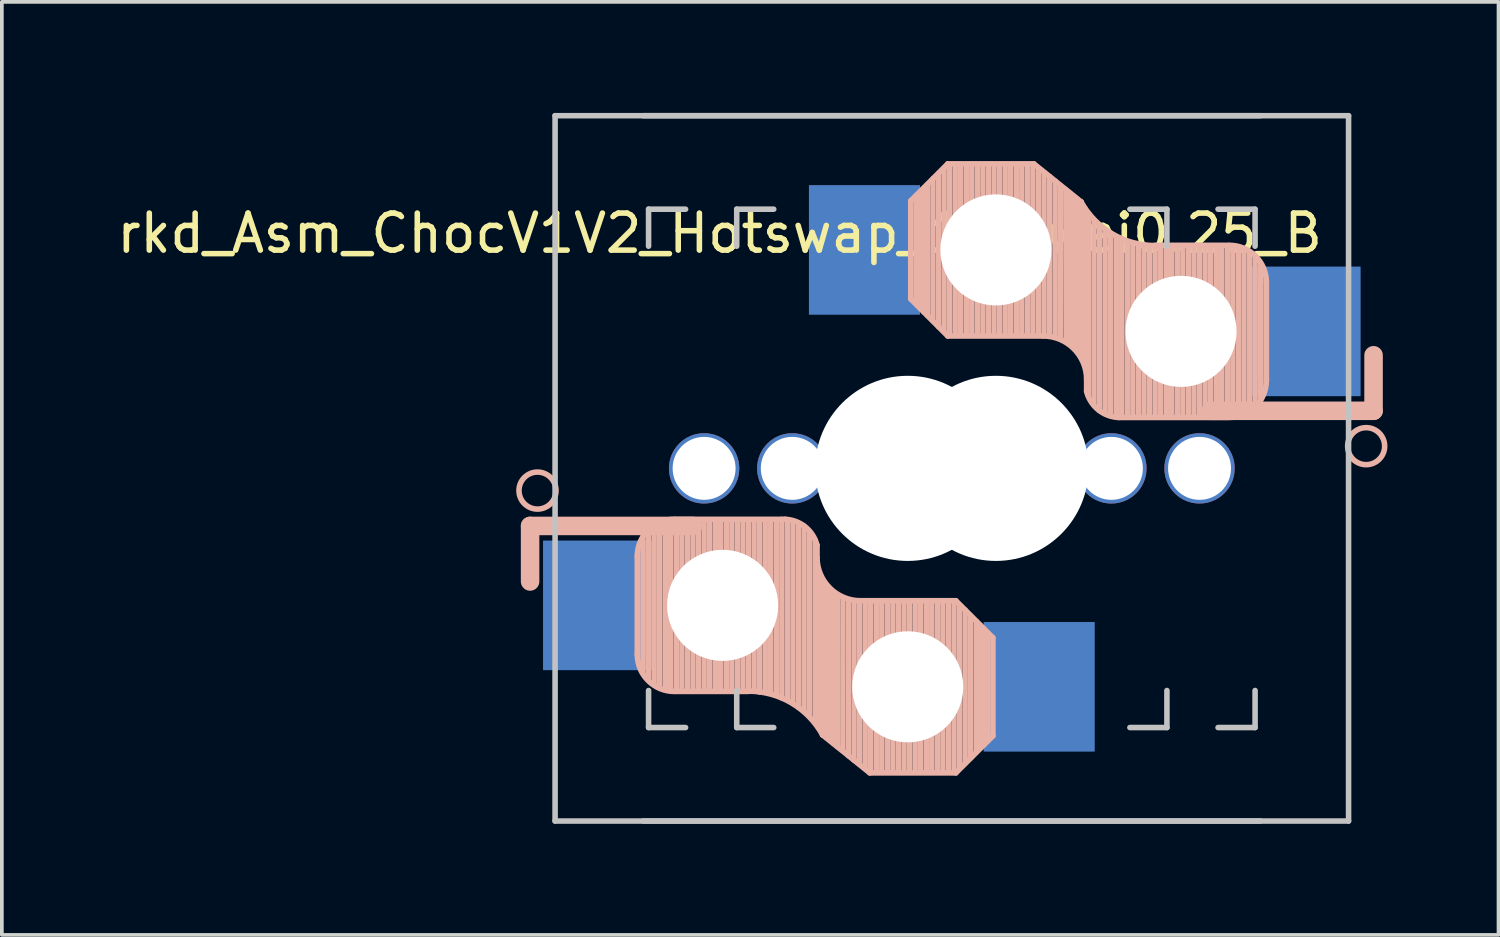
<source format=kicad_pcb>
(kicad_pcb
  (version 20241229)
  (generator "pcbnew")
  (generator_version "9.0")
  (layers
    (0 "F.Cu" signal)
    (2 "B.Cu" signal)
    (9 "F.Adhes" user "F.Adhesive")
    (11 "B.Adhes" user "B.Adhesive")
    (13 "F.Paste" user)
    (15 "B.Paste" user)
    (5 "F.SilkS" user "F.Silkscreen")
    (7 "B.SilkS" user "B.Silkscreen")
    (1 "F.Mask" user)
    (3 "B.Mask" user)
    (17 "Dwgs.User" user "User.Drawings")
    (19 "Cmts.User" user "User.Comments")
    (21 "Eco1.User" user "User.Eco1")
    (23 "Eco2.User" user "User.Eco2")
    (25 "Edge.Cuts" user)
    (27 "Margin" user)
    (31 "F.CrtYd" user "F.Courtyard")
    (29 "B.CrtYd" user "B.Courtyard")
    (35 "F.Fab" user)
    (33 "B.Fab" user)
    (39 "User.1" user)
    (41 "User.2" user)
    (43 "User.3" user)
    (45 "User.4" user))
  (footprint "rkd_Asm_ChocV1V2_Hotswap_1u_twei0.25_B"
    (layer "F.Cu")
    (at 21.467 9.6)
    (property "Reference" "rkd_Asm_ChocV1V2_Hotswap_1u_twei0.25_B" (at -5.08 -6.35 180) (layer "F.SilkS") (effects (font (size 1 1) (thickness 0.15))))
    (attr through_hole)
    (fp_line (start -10.2 1.555) (end -10.2 3.055) (stroke (width 0.5) (type default)) (layer "B.SilkS"))
    (fp_line (start -7.305 2.375) (end -7.305 5.025) (stroke (width 0.15) (type solid)) (layer "B.SilkS"))
    (fp_line (start -7.15 5.53) (end -7.15 1.85) (stroke (width 0.15) (type solid)) (layer "B.SilkS"))
    (fp_line (start -7 5.7) (end -7 1.73) (stroke (width 0.15) (type solid)) (layer "B.SilkS"))
    (fp_line (start -6.85 5.84) (end -6.85 1.7) (stroke (width 0.15) (type solid)) (layer "B.SilkS"))
    (fp_line (start -6.7 5.92) (end -6.7 1.8) (stroke (width 0.15) (type solid)) (layer "B.SilkS"))
    (fp_line (start -6.55 5.97) (end -6.55 1.65) (stroke (width 0.15) (type solid)) (layer "B.SilkS"))
    (fp_line (start -6.4 6.01) (end -6.4 1.5) (stroke (width 0.15) (type solid)) (layer "B.SilkS"))
    (fp_line (start -6.25 6) (end -6.25 1.4) (stroke (width 0.15) (type solid)) (layer "B.SilkS"))
    (fp_line (start -6.1 6) (end -6.1 1.4) (stroke (width 0.15) (type solid)) (layer "B.SilkS"))
    (fp_line (start -5.95 6) (end -5.95 1.4) (stroke (width 0.15) (type solid)) (layer "B.SilkS"))
    (fp_line (start -5.8 1.555) (end -10.2 1.555) (stroke (width 0.5) (type default)) (layer "B.SilkS"))
    (fp_line (start -5.8 6) (end -5.8 1.4) (stroke (width 0.15) (type solid)) (layer "B.SilkS"))
    (fp_line (start -5.65 6) (end -5.65 1.4) (stroke (width 0.15) (type solid)) (layer "B.SilkS"))
    (fp_line (start -5.5 6) (end -5.5 1.4) (stroke (width 0.15) (type solid)) (layer "B.SilkS"))
    (fp_line (start -5.35 6) (end -5.35 1.4) (stroke (width 0.15) (type solid)) (layer "B.SilkS"))
    (fp_line (start -5.2 6) (end -5.2 1.4) (stroke (width 0.15) (type solid)) (layer "B.SilkS"))
    (fp_line (start -5.05 6) (end -5.05 1.4) (stroke (width 0.15) (type solid)) (layer "B.SilkS"))
    (fp_line (start -4.9 6) (end -4.9 1.4) (stroke (width 0.15) (type solid)) (layer "B.SilkS"))
    (fp_line (start -4.75 6) (end -4.75 1.4) (stroke (width 0.15) (type solid)) (layer "B.SilkS"))
    (fp_line (start -4.6 6) (end -4.6 1.4) (stroke (width 0.15) (type solid)) (layer "B.SilkS"))
    (fp_line (start -4.45 6) (end -4.45 1.4) (stroke (width 0.15) (type solid)) (layer "B.SilkS"))
    (fp_line (start -4.3 6) (end -4.3 1.4) (stroke (width 0.15) (type solid)) (layer "B.SilkS"))
    (fp_line (start -4.3 6.025) (end -6.275 6.025) (stroke (width 0.15) (type solid)) (layer "B.SilkS"))
    (fp_line (start -4.15 6) (end -4.15 1.45) (stroke (width 0.15) (type solid)) (layer "B.SilkS"))
    (fp_line (start -4 6.04) (end -4 1.4) (stroke (width 0.15) (type solid)) (layer "B.SilkS"))
    (fp_line (start -3.85 6.05) (end -3.85 1.4) (stroke (width 0.15) (type solid)) (layer "B.SilkS"))
    (fp_line (start -3.7 6.05) (end -3.7 1.45) (stroke (width 0.15) (type solid)) (layer "B.SilkS"))
    (fp_line (start -3.55 6.1) (end -3.55 1.39) (stroke (width 0.15) (type solid)) (layer "B.SilkS"))
    (fp_line (start -3.4 6.2) (end -3.4 1.38) (stroke (width 0.15) (type solid)) (layer "B.SilkS"))
    (fp_line (start -3.311 1.375) (end -6.275 1.375) (stroke (width 0.15) (type solid)) (layer "B.SilkS"))
    (fp_line (start -3.25 6.25) (end -3.25 1.4) (stroke (width 0.15) (type solid)) (layer "B.SilkS"))
    (fp_line (start -3.1 6.35) (end -3.1 1.43) (stroke (width 0.15) (type solid)) (layer "B.SilkS"))
    (fp_line (start -2.95 6.45) (end -2.95 1.48) (stroke (width 0.15) (type solid)) (layer "B.SilkS"))
    (fp_line (start -2.8 6.55) (end -2.8 1.56) (stroke (width 0.15) (type solid)) (layer "B.SilkS"))
    (fp_line (start -2.65 6.7) (end -2.65 1.75) (stroke (width 0.15) (type solid)) (layer "B.SilkS"))
    (fp_line (start -2.5 6.85) (end -2.5 1.95) (stroke (width 0.15) (type solid)) (layer "B.SilkS"))
    (fp_line (start -2.45 2.4) (end -2.45 2.077) (stroke (width 0.15) (type default)) (layer "B.SilkS"))
    (fp_line (start -2.4 7.02) (end -2.4 2.9) (stroke (width 0.15) (type solid)) (layer "B.SilkS"))
    (fp_line (start -2.3 7.2) (end -2.3 3.05) (stroke (width 0.15) (type solid)) (layer "B.SilkS"))
    (fp_line (start -2.3 7.2) (end -1.025 8.225) (stroke (width 0.15) (type solid)) (layer "B.SilkS"))
    (fp_line (start -2.2 7.27) (end -2.2 3.25) (stroke (width 0.15) (type solid)) (layer "B.SilkS"))
    (fp_line (start -2.1 7.35) (end -2.1 3.35) (stroke (width 0.15) (type solid)) (layer "B.SilkS"))
    (fp_line (start -2 7.43) (end -2 3.4) (stroke (width 0.15) (type solid)) (layer "B.SilkS"))
    (fp_line (start -1.89 7.52) (end -1.9 3.45) (stroke (width 0.15) (type solid)) (layer "B.SilkS"))
    (fp_line (start -1.75 7.62) (end -1.75 3.5) (stroke (width 0.15) (type solid)) (layer "B.SilkS"))
    (fp_line (start -1.6 7.76) (end -1.6 3.6) (stroke (width 0.15) (type solid)) (layer "B.SilkS"))
    (fp_line (start -1.45 7.88) (end -1.45 3.6) (stroke (width 0.15) (type solid)) (layer "B.SilkS"))
    (fp_line (start -1.3 7.99) (end -1.3 3.6) (stroke (width 0.15) (type solid)) (layer "B.SilkS"))
    (fp_line (start -1.15 8.11) (end -1.15 3.65) (stroke (width 0.15) (type solid)) (layer "B.SilkS"))
    (fp_line (start -1 8.2) (end -1 3.6) (stroke (width 0.15) (type solid)) (layer "B.SilkS"))
    (fp_line (start -0.85 8.2) (end -0.85 3.6) (stroke (width 0.15) (type solid)) (layer "B.SilkS"))
    (fp_line (start -0.7 8.2) (end -0.7 3.6) (stroke (width 0.15) (type solid)) (layer "B.SilkS"))
    (fp_line (start -0.55 8.2) (end -0.55 3.6) (stroke (width 0.15) (type solid)) (layer "B.SilkS"))
    (fp_line (start -0.4 8.2) (end -0.4 3.6) (stroke (width 0.15) (type solid)) (layer "B.SilkS"))
    (fp_line (start -0.25 8.2) (end -0.25 3.6) (stroke (width 0.15) (type solid)) (layer "B.SilkS"))
    (fp_line (start -0.1 8.2) (end -0.1 3.6) (stroke (width 0.15) (type solid)) (layer "B.SilkS"))
    (fp_line (start 0.05 8.2) (end 0.05 3.6) (stroke (width 0.15) (type solid)) (layer "B.SilkS"))
    (fp_line (start 0.081 -7.225) (end 1.081 -8.225) (stroke (width 0.15) (type solid)) (layer "B.SilkS"))
    (fp_line (start 0.081 -4.575) (end 0.081 -7.225) (stroke (width 0.15) (type solid)) (layer "B.SilkS"))
    (fp_line (start 0.081 -4.575) (end 1.081 -3.575) (stroke (width 0.15) (type solid)) (layer "B.SilkS"))
    (fp_line (start 0.2 8.2) (end 0.2 3.6) (stroke (width 0.15) (type solid)) (layer "B.SilkS"))
    (fp_line (start 0.231 -7.37) (end 0.231 -4.44) (stroke (width 0.15) (type solid)) (layer "B.SilkS"))
    (fp_line (start 0.331 -7.45) (end 0.331 -4.33) (stroke (width 0.15) (type solid)) (layer "B.SilkS"))
    (fp_line (start 0.35 8.2) (end 0.35 3.6) (stroke (width 0.15) (type solid)) (layer "B.SilkS"))
    (fp_line (start 0.431 -7.56) (end 0.431 -4.23) (stroke (width 0.15) (type solid)) (layer "B.SilkS"))
    (fp_line (start 0.5 8.2) (end 0.5 3.6) (stroke (width 0.15) (type solid)) (layer "B.SilkS"))
    (fp_line (start 0.531 -7.66) (end 0.531 -4.13) (stroke (width 0.15) (type solid)) (layer "B.SilkS"))
    (fp_line (start 0.65 8.2) (end 0.65 3.6) (stroke (width 0.15) (type solid)) (layer "B.SilkS"))
    (fp_line (start 0.681 -7.82) (end 0.681 -3.99) (stroke (width 0.15) (type solid)) (layer "B.SilkS"))
    (fp_line (start 0.8 8.2) (end 0.8 3.6) (stroke (width 0.15) (type solid)) (layer "B.SilkS"))
    (fp_line (start 0.831 -7.95) (end 0.831 -3.83) (stroke (width 0.15) (type solid)) (layer "B.SilkS"))
    (fp_line (start 0.95 8.2) (end 0.95 3.6) (stroke (width 0.15) (type solid)) (layer "B.SilkS"))
    (fp_line (start 0.981 -8.09) (end 0.981 -3.7) (stroke (width 0.15) (type solid)) (layer "B.SilkS"))
    (fp_line (start 1.081 -8.225) (end 3.406 -8.225) (stroke (width 0.15) (type solid)) (layer "B.SilkS"))
    (fp_line (start 1.081 -3.575) (end 3.656 -3.575) (stroke (width 0.15) (type solid)) (layer "B.SilkS"))
    (fp_line (start 1.1 8.2) (end 1.1 3.6) (stroke (width 0.15) (type solid)) (layer "B.SilkS"))
    (fp_line (start 1.131 -8.2) (end 1.131 -3.6) (stroke (width 0.15) (type solid)) (layer "B.SilkS"))
    (fp_line (start 1.25 8.2) (end 1.25 3.6) (stroke (width 0.15) (type solid)) (layer "B.SilkS"))
    (fp_line (start 1.281 -8.2) (end 1.281 -3.6) (stroke (width 0.15) (type solid)) (layer "B.SilkS"))
    (fp_line (start 1.3 3.575) (end -1.275 3.575) (stroke (width 0.15) (type solid)) (layer "B.SilkS"))
    (fp_line (start 1.3 8.225) (end -1.025 8.225) (stroke (width 0.15) (type solid)) (layer "B.SilkS"))
    (fp_line (start 1.4 8.09) (end 1.4 3.7) (stroke (width 0.15) (type solid)) (layer "B.SilkS"))
    (fp_line (start 1.431 -8.2) (end 1.431 -3.6) (stroke (width 0.15) (type solid)) (layer "B.SilkS"))
    (fp_line (start 1.55 7.95) (end 1.55 3.83) (stroke (width 0.15) (type solid)) (layer "B.SilkS"))
    (fp_line (start 1.581 -8.2) (end 1.581 -3.6) (stroke (width 0.15) (type solid)) (layer "B.SilkS"))
    (fp_line (start 1.7 7.82) (end 1.7 3.99) (stroke (width 0.15) (type solid)) (layer "B.SilkS"))
    (fp_line (start 1.731 -8.2) (end 1.731 -3.6) (stroke (width 0.15) (type solid)) (layer "B.SilkS"))
    (fp_line (start 1.85 7.66) (end 1.85 4.13) (stroke (width 0.15) (type solid)) (layer "B.SilkS"))
    (fp_line (start 1.881 -8.2) (end 1.881 -3.6) (stroke (width 0.15) (type solid)) (layer "B.SilkS"))
    (fp_line (start 1.95 7.56) (end 1.95 4.23) (stroke (width 0.15) (type solid)) (layer "B.SilkS"))
    (fp_line (start 2.031 -8.2) (end 2.031 -3.6) (stroke (width 0.15) (type solid)) (layer "B.SilkS"))
    (fp_line (start 2.05 7.45) (end 2.05 4.33) (stroke (width 0.15) (type solid)) (layer "B.SilkS"))
    (fp_line (start 2.15 7.37) (end 2.15 4.44) (stroke (width 0.15) (type solid)) (layer "B.SilkS"))
    (fp_line (start 2.181 -8.2) (end 2.181 -3.6) (stroke (width 0.15) (type solid)) (layer "B.SilkS"))
    (fp_line (start 2.3 4.575) (end 1.3 3.575) (stroke (width 0.15) (type solid)) (layer "B.SilkS"))
    (fp_line (start 2.3 4.575) (end 2.3 7.225) (stroke (width 0.15) (type solid)) (layer "B.SilkS"))
    (fp_line (start 2.3 7.225) (end 1.3 8.225) (stroke (width 0.15) (type solid)) (layer "B.SilkS"))
    (fp_line (start 2.331 -8.2) (end 2.331 -3.6) (stroke (width 0.15) (type solid)) (layer "B.SilkS"))
    (fp_line (start 2.481 -8.2) (end 2.481 -3.6) (stroke (width 0.15) (type solid)) (layer "B.SilkS"))
    (fp_line (start 2.631 -8.2) (end 2.631 -3.6) (stroke (width 0.15) (type solid)) (layer "B.SilkS"))
    (fp_line (start 2.781 -8.2) (end 2.781 -3.6) (stroke (width 0.15) (type solid)) (layer "B.SilkS"))
    (fp_line (start 2.931 -8.2) (end 2.931 -3.6) (stroke (width 0.15) (type solid)) (layer "B.SilkS"))
    (fp_line (start 3.081 -8.2) (end 3.081 -3.6) (stroke (width 0.15) (type solid)) (layer "B.SilkS"))
    (fp_line (start 3.231 -8.2) (end 3.231 -3.6) (stroke (width 0.15) (type solid)) (layer "B.SilkS"))
    (fp_line (start 3.381 -8.2) (end 3.381 -3.6) (stroke (width 0.15) (type solid)) (layer "B.SilkS"))
    (fp_line (start 3.531 -8.11) (end 3.531 -3.65) (stroke (width 0.15) (type solid)) (layer "B.SilkS"))
    (fp_line (start 3.681 -7.99) (end 3.681 -3.6) (stroke (width 0.15) (type solid)) (layer "B.SilkS"))
    (fp_line (start 3.831 -7.88) (end 3.831 -3.6) (stroke (width 0.15) (type solid)) (layer "B.SilkS"))
    (fp_line (start 3.981 -7.76) (end 3.981 -3.6) (stroke (width 0.15) (type solid)) (layer "B.SilkS"))
    (fp_line (start 4.131 -7.62) (end 4.131 -3.5) (stroke (width 0.15) (type solid)) (layer "B.SilkS"))
    (fp_line (start 4.271 -7.52) (end 4.281 -3.45) (stroke (width 0.15) (type solid)) (layer "B.SilkS"))
    (fp_line (start 4.381 -7.43) (end 4.381 -3.4) (stroke (width 0.15) (type solid)) (layer "B.SilkS"))
    (fp_line (start 4.481 -7.35) (end 4.481 -3.35) (stroke (width 0.15) (type solid)) (layer "B.SilkS"))
    (fp_line (start 4.581 -7.27) (end 4.581 -3.25) (stroke (width 0.15) (type solid)) (layer "B.SilkS"))
    (fp_line (start 4.681 -7.2) (end 3.406 -8.225) (stroke (width 0.15) (type solid)) (layer "B.SilkS"))
    (fp_line (start 4.681 -7.2) (end 4.681 -3.05) (stroke (width 0.15) (type solid)) (layer "B.SilkS"))
    (fp_line (start 4.781 -7.02) (end 4.781 -2.9) (stroke (width 0.15) (type solid)) (layer "B.SilkS"))
    (fp_line (start 4.831 -2.4) (end 4.831 -2.077) (stroke (width 0.15) (type default)) (layer "B.SilkS"))
    (fp_line (start 4.881 -6.85) (end 4.881 -1.95) (stroke (width 0.15) (type solid)) (layer "B.SilkS"))
    (fp_line (start 5.031 -6.7) (end 5.031 -1.75) (stroke (width 0.15) (type solid)) (layer "B.SilkS"))
    (fp_line (start 5.181 -6.55) (end 5.181 -1.56) (stroke (width 0.15) (type solid)) (layer "B.SilkS"))
    (fp_line (start 5.331 -6.45) (end 5.331 -1.48) (stroke (width 0.15) (type solid)) (layer "B.SilkS"))
    (fp_line (start 5.481 -6.35) (end 5.481 -1.43) (stroke (width 0.15) (type solid)) (layer "B.SilkS"))
    (fp_line (start 5.631 -6.25) (end 5.631 -1.4) (stroke (width 0.15) (type solid)) (layer "B.SilkS"))
    (fp_line (start 5.692 -1.375) (end 8.656 -1.375) (stroke (width 0.15) (type solid)) (layer "B.SilkS"))
    (fp_line (start 5.781 -6.2) (end 5.781 -1.38) (stroke (width 0.15) (type solid)) (layer "B.SilkS"))
    (fp_line (start 5.931 -6.1) (end 5.931 -1.39) (stroke (width 0.15) (type solid)) (layer "B.SilkS"))
    (fp_line (start 6.081 -6.05) (end 6.081 -1.45) (stroke (width 0.15) (type solid)) (layer "B.SilkS"))
    (fp_line (start 6.231 -6.05) (end 6.231 -1.4) (stroke (width 0.15) (type solid)) (layer "B.SilkS"))
    (fp_line (start 6.381 -6.04) (end 6.381 -1.4) (stroke (width 0.15) (type solid)) (layer "B.SilkS"))
    (fp_line (start 6.531 -6) (end 6.531 -1.45) (stroke (width 0.15) (type solid)) (layer "B.SilkS"))
    (fp_line (start 6.681 -6.025) (end 8.656 -6.025) (stroke (width 0.15) (type solid)) (layer "B.SilkS"))
    (fp_line (start 6.681 -6) (end 6.681 -1.4) (stroke (width 0.15) (type solid)) (layer "B.SilkS"))
    (fp_line (start 6.831 -6) (end 6.831 -1.4) (stroke (width 0.15) (type solid)) (layer "B.SilkS"))
    (fp_line (start 6.981 -6) (end 6.981 -1.4) (stroke (width 0.15) (type solid)) (layer "B.SilkS"))
    (fp_line (start 7.131 -6) (end 7.131 -1.4) (stroke (width 0.15) (type solid)) (layer "B.SilkS"))
    (fp_line (start 7.281 -6) (end 7.281 -1.4) (stroke (width 0.15) (type solid)) (layer "B.SilkS"))
    (fp_line (start 7.431 -6) (end 7.431 -1.4) (stroke (width 0.15) (type solid)) (layer "B.SilkS"))
    (fp_line (start 7.581 -6) (end 7.581 -1.4) (stroke (width 0.15) (type solid)) (layer "B.SilkS"))
    (fp_line (start 7.731 -6) (end 7.731 -1.4) (stroke (width 0.15) (type solid)) (layer "B.SilkS"))
    (fp_line (start 7.881 -6) (end 7.881 -1.4) (stroke (width 0.15) (type solid)) (layer "B.SilkS"))
    (fp_line (start 8.031 -6) (end 8.031 -1.4) (stroke (width 0.15) (type solid)) (layer "B.SilkS"))
    (fp_line (start 8.181 -6) (end 8.181 -1.4) (stroke (width 0.15) (type solid)) (layer "B.SilkS"))
    (fp_line (start 8.181 -1.555) (end 12.581 -1.555) (stroke (width 0.5) (type default)) (layer "B.SilkS"))
    (fp_line (start 8.331 -6) (end 8.331 -1.4) (stroke (width 0.15) (type solid)) (layer "B.SilkS"))
    (fp_line (start 8.481 -6) (end 8.481 -1.4) (stroke (width 0.15) (type solid)) (layer "B.SilkS"))
    (fp_line (start 8.631 -6) (end 8.631 -1.4) (stroke (width 0.15) (type solid)) (layer "B.SilkS"))
    (fp_line (start 8.781 -6.01) (end 8.781 -1.5) (stroke (width 0.15) (type solid)) (layer "B.SilkS"))
    (fp_line (start 8.931 -5.97) (end 8.931 -1.65) (stroke (width 0.15) (type solid)) (layer "B.SilkS"))
    (fp_line (start 9.081 -5.92) (end 9.081 -1.8) (stroke (width 0.15) (type solid)) (layer "B.SilkS"))
    (fp_line (start 9.231 -5.84) (end 9.231 -1.7) (stroke (width 0.15) (type solid)) (layer "B.SilkS"))
    (fp_line (start 9.381 -5.7) (end 9.381 -1.73) (stroke (width 0.15) (type solid)) (layer "B.SilkS"))
    (fp_line (start 9.531 -5.53) (end 9.531 -1.85) (stroke (width 0.15) (type solid)) (layer "B.SilkS"))
    (fp_line (start 9.686 -2.375) (end 9.686 -5.025) (stroke (width 0.15) (type solid)) (layer "B.SilkS"))
    (fp_line (start 12.581 -1.555) (end 12.581 -3.055) (stroke (width 0.5) (type default)) (layer "B.SilkS"))
    (fp_arc (start -7.305 2.375) (mid -7.012107 1.667893) (end -6.305 1.375) (stroke (width 0.15) (type solid)) (layer "B.SilkS"))
    (fp_arc (start -6.305 6.025) (mid -7.012107 5.732107) (end -7.305 5.025) (stroke (width 0.15) (type solid)) (layer "B.SilkS"))
    (fp_arc (start -4.3 6.017458) (mid -3.138277 6.335211) (end -2.3 7.2) (stroke (width 0.15) (type solid)) (layer "B.SilkS"))
    (fp_arc (start -3.311204 1.375) (mid -2.763915 1.58277) (end -2.45 2.076887) (stroke (width 0.15) (type solid)) (layer "B.SilkS"))
    (fp_arc (start -1.275 3.575) (mid -2.10585 3.23085) (end -2.45 2.4) (stroke (width 0.15) (type solid)) (layer "B.SilkS"))
    (fp_arc (start 3.65625 -3.575) (mid 4.4871 -3.23085) (end 4.83125 -2.4) (stroke (width 0.15) (type solid)) (layer "B.SilkS"))
    (fp_arc (start 5.692454 -1.375) (mid 5.145165 -1.58277) (end 4.83125 -2.076887) (stroke (width 0.15) (type solid)) (layer "B.SilkS"))
    (fp_arc (start 6.68125 -6.017458) (mid 5.519527 -6.335211) (end 4.68125 -7.2) (stroke (width 0.15) (type solid)) (layer "B.SilkS"))
    (fp_arc (start 8.68625 -6.025) (mid 9.393357 -5.732107) (end 9.68625 -5.025) (stroke (width 0.15) (type solid)) (layer "B.SilkS"))
    (fp_arc (start 9.68625 -2.375) (mid 9.393357 -1.667893) (end 8.68625 -1.375) (stroke (width 0.15) (type solid)) (layer "B.SilkS"))
    (fp_circle (center -10 0.6) (end -9.5 0.6) (stroke (width 0.15) (type default)) (fill no) (layer "B.SilkS"))
    (fp_circle (center 12.381 -0.6) (end 11.881 -0.6) (stroke (width 0.15) (type default)) (fill no) (layer "B.SilkS"))
    (fp_line (start -9.525 -9.525) (end 9.525 -9.525) (stroke (width 0.15) (type solid)) (layer "Dwgs.User"))
    (fp_line (start -9.525 9.525) (end -9.525 -9.525) (stroke (width 0.15) (type solid)) (layer "Dwgs.User"))
    (fp_line (start -7.144 -9.525) (end 11.906 -9.525) (stroke (width 0.15) (type solid)) (layer "Dwgs.User"))
    (fp_line (start -7 -7) (end -6 -7) (stroke (width 0.15) (type solid)) (layer "Dwgs.User"))
    (fp_line (start -7 -6) (end -7 -7) (stroke (width 0.15) (type solid)) (layer "Dwgs.User"))
    (fp_line (start -7 7) (end -7 6) (stroke (width 0.15) (type solid)) (layer "Dwgs.User"))
    (fp_line (start -6 7) (end -7 7) (stroke (width 0.15) (type solid)) (layer "Dwgs.User"))
    (fp_line (start -4.619 -7) (end -4.619 -6) (stroke (width 0.15) (type solid)) (layer "Dwgs.User"))
    (fp_line (start -4.619 6) (end -4.619 7) (stroke (width 0.15) (type solid)) (layer "Dwgs.User"))
    (fp_line (start -4.619 7) (end -3.619 7) (stroke (width 0.15) (type solid)) (layer "Dwgs.User"))
    (fp_line (start -3.619 -7) (end -4.619 -7) (stroke (width 0.15) (type solid)) (layer "Dwgs.User"))
    (fp_line (start 6 7) (end 7 7) (stroke (width 0.15) (type solid)) (layer "Dwgs.User"))
    (fp_line (start 7 -7) (end 6 -7) (stroke (width 0.15) (type solid)) (layer "Dwgs.User"))
    (fp_line (start 7 -6) (end 7 -7) (stroke (width 0.15) (type solid)) (layer "Dwgs.User"))
    (fp_line (start 7 7) (end 7 6) (stroke (width 0.15) (type solid)) (layer "Dwgs.User"))
    (fp_line (start 8.381 -7) (end 9.381 -7) (stroke (width 0.15) (type solid)) (layer "Dwgs.User"))
    (fp_line (start 9.381 -7) (end 9.381 -6) (stroke (width 0.15) (type solid)) (layer "Dwgs.User"))
    (fp_line (start 9.381 6) (end 9.381 7) (stroke (width 0.15) (type solid)) (layer "Dwgs.User"))
    (fp_line (start 9.381 7) (end 8.381 7) (stroke (width 0.15) (type solid)) (layer "Dwgs.User"))
    (fp_line (start 9.525 9.525) (end -9.525 9.525) (stroke (width 0.15) (type solid)) (layer "Dwgs.User"))
    (fp_line (start 11.906 -9.525) (end 11.906 9.525) (stroke (width 0.15) (type solid)) (layer "Dwgs.User"))
    (fp_line (start 11.906 9.525) (end -7.144 9.525) (stroke (width 0.15) (type solid)) (layer "Dwgs.User"))
    (pad "" np_thru_hole circle (at -5.5 0) (size 1.9 1.9) (drill 1.7) (layers "*.Cu" "*.Mask"))
    (pad "" np_thru_hole circle (at -5 3.7 90) (size 3 3) (drill 3) (layers "*.Cu" "*.Mask"))
    (pad "" np_thru_hole circle (at -3.119 0 180) (size 1.9 1.9) (drill 1.7) (layers "*.Cu" "*.Mask"))
    (pad "" np_thru_hole circle (at 0 0 90) (size 5 5) (drill 5) (layers "*.Cu" "*.Mask"))
    (pad "" np_thru_hole circle (at 0 5.9 90) (size 3 3) (drill 3) (layers "*.Cu" "*.Mask"))
    (pad "" np_thru_hole circle (at 2.381 -5.9 270) (size 3 3) (drill 3) (layers "*.Cu" "*.Mask"))
    (pad "" np_thru_hole circle (at 2.381 0 270) (size 5 5) (drill 5) (layers "*.Cu" "*.Mask"))
    (pad "" np_thru_hole circle (at 5.5 0) (size 1.9 1.9) (drill 1.7) (layers "*.Cu" "*.Mask"))
    (pad "" np_thru_hole circle (at 7.381 -3.7 270) (size 3 3) (drill 3) (layers "*.Cu" "*.Mask"))
    (pad "" np_thru_hole circle (at 7.881 0 180) (size 1.9 1.9) (drill 1.7) (layers "*.Cu" "*.Mask"))
    (pad "1" smd rect (at -8.35 3.7 180) (size 3 3.5) (layers "B.Cu" "B.Mask" "B.Paste"))
    (pad "1" smd rect (at -1.169 -5.9) (size 3 3.5) (layers "B.Cu" "B.Mask" "B.Paste"))
    (pad "2" smd rect (at 3.55 5.9 180) (size 3 3.5) (layers "B.Cu" "B.Mask" "B.Paste"))
    (pad "2" smd rect (at 10.731 -3.7) (size 3 3.5) (layers "B.Cu" "B.Mask" "B.Paste")))
  (gr_rect
    (start -3 -3)
    (end 37.423 22.2)
    (stroke (width 0.1) (type default))
    (fill no)
    (layer "Edge.Cuts")))
</source>
